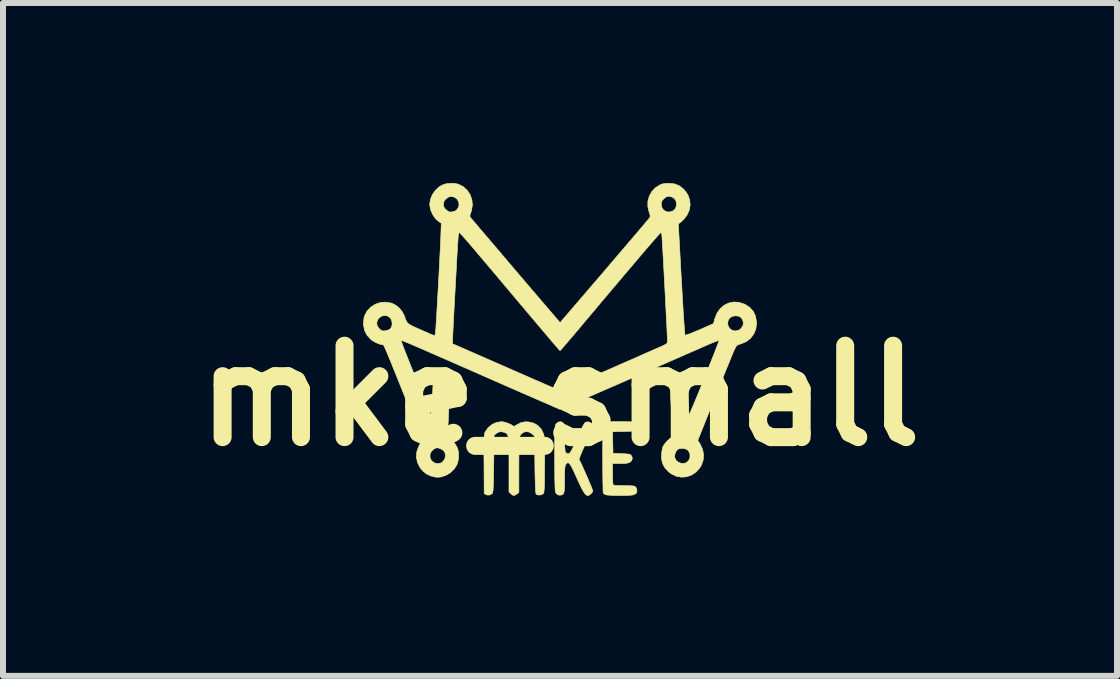
<source format=kicad_pcb>
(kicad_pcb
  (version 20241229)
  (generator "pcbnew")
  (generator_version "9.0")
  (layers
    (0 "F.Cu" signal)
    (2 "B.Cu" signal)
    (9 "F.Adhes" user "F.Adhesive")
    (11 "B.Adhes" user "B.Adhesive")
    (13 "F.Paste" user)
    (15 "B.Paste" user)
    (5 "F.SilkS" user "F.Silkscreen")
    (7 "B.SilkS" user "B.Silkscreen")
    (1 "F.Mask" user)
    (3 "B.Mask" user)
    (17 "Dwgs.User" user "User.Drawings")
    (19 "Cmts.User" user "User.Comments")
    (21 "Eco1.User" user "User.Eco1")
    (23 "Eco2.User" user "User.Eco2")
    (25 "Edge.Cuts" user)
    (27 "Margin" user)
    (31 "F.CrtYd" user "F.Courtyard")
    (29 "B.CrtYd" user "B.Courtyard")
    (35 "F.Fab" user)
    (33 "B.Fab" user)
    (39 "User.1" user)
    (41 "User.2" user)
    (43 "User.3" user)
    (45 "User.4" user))
  (footprint "mke_small"
    (layer "F.Cu")
    (at 6.285 3.547)
    (property "Reference" "mke_small" (at 0 0 0) (layer "F.SilkS") (effects (font (size 1.524 1.524) (thickness 0.3))))
    (attr through_hole)
    (fp_poly (pts (xy 1.084 0.432) (xy 1.147 0.433) (xy 1.192 0.435) (xy 1.223 0.438) (xy 1.242 0.442) (xy 1.255 0.449) (xy 1.262 0.455) (xy 1.28 0.493) (xy 1.279 0.536) (xy 1.265 0.566) (xy 1.255 0.576) (xy 1.241 0.583) (xy 1.217 0.587) (xy 1.18 0.591) (xy 1.125 0.593) (xy 1.061 0.595) (xy 0.876 0.599) (xy 0.879 0.779) (xy 0.883 0.959) (xy 1.028 0.965) (xy 1.091 0.968) (xy 1.133 0.971) (xy 1.16 0.976) (xy 1.176 0.983) (xy 1.186 0.995) (xy 1.193 1.005) (xy 1.205 1.036) (xy 1.199 1.065) (xy 1.197 1.072) (xy 1.18 1.097) (xy 1.154 1.114) (xy 1.115 1.124) (xy 1.058 1.129) (xy 0.996 1.13) (xy 0.876 1.13) (xy 0.876 1.307) (xy 0.877 1.378) (xy 0.878 1.429) (xy 0.881 1.461) (xy 0.886 1.48) (xy 0.893 1.489) (xy 0.896 1.491) (xy 0.916 1.494) (xy 0.956 1.496) (xy 1.01 1.498) (xy 1.072 1.499) (xy 1.079 1.499) (xy 1.147 1.499) (xy 1.195 1.501) (xy 1.226 1.504) (xy 1.246 1.51) (xy 1.259 1.519) (xy 1.262 1.522) (xy 1.279 1.556) (xy 1.281 1.596) (xy 1.273 1.622) (xy 1.255 1.637) (xy 1.228 1.65) (xy 1.201 1.655) (xy 1.155 1.659) (xy 1.095 1.661) (xy 1.026 1.663) (xy 0.956 1.662) (xy 0.888 1.661) (xy 0.829 1.658) (xy 0.785 1.654) (xy 0.762 1.65) (xy 0.735 1.635) (xy 0.721 1.622) (xy 0.719 1.606) (xy 0.717 1.568) (xy 0.716 1.51) (xy 0.714 1.434) (xy 0.713 1.343) (xy 0.712 1.24) (xy 0.712 1.128) (xy 0.711 1.04) (xy 0.711 0.905) (xy 0.712 0.793) (xy 0.712 0.702) (xy 0.713 0.63) (xy 0.714 0.574) (xy 0.716 0.531) (xy 0.718 0.501) (xy 0.721 0.48) (xy 0.725 0.467) (xy 0.73 0.458) (xy 0.734 0.453) (xy 0.746 0.445) (xy 0.764 0.44) (xy 0.791 0.436) (xy 0.832 0.434) (xy 0.89 0.432) (xy 0.969 0.432) (xy 0.999 0.432) (xy 1.084 0.432)) (stroke (width 0.01) (type solid)) (fill yes) (layer "F.SilkS"))
    (fp_poly (pts (xy -0.936 0.437) (xy -0.89 0.45) (xy -0.844 0.468) (xy -0.805 0.487) (xy -0.783 0.505) (xy -0.782 0.506) (xy -0.767 0.509) (xy -0.736 0.494) (xy -0.729 0.489) (xy -0.656 0.45) (xy -0.58 0.434) (xy -0.525 0.436) (xy -0.44 0.456) (xy -0.368 0.497) (xy -0.313 0.557) (xy -0.276 0.633) (xy -0.267 0.667) (xy -0.263 0.701) (xy -0.26 0.758) (xy -0.257 0.839) (xy -0.256 0.94) (xy -0.256 1.061) (xy -0.257 1.172) (xy -0.258 1.29) (xy -0.259 1.386) (xy -0.26 1.461) (xy -0.262 1.519) (xy -0.264 1.562) (xy -0.267 1.592) (xy -0.271 1.612) (xy -0.276 1.625) (xy -0.282 1.633) (xy -0.282 1.634) (xy -0.312 1.65) (xy -0.35 1.655) (xy -0.385 1.648) (xy -0.397 1.64) (xy -0.402 1.628) (xy -0.406 1.601) (xy -0.409 1.556) (xy -0.412 1.493) (xy -0.414 1.41) (xy -0.417 1.305) (xy -0.419 1.177) (xy -0.419 1.148) (xy -0.425 0.671) (xy -0.467 0.634) (xy -0.515 0.605) (xy -0.566 0.597) (xy -0.614 0.611) (xy -0.653 0.645) (xy -0.666 0.667) (xy -0.671 0.682) (xy -0.676 0.702) (xy -0.679 0.732) (xy -0.682 0.772) (xy -0.684 0.826) (xy -0.685 0.897) (xy -0.685 0.987) (xy -0.686 1.098) (xy -0.686 1.16) (xy -0.686 1.611) (xy -0.719 1.637) (xy -0.754 1.659) (xy -0.783 1.66) (xy -0.814 1.638) (xy -0.82 1.633) (xy -0.851 1.601) (xy -0.851 1.149) (xy -0.851 1.023) (xy -0.852 0.919) (xy -0.853 0.835) (xy -0.855 0.77) (xy -0.859 0.72) (xy -0.864 0.683) (xy -0.872 0.657) (xy -0.882 0.639) (xy -0.894 0.627) (xy -0.91 0.617) (xy -0.92 0.612) (xy -0.978 0.598) (xy -1.031 0.607) (xy -1.063 0.628) (xy -1.099 0.658) (xy -1.105 1.135) (xy -1.107 1.261) (xy -1.109 1.363) (xy -1.11 1.445) (xy -1.113 1.508) (xy -1.115 1.556) (xy -1.118 1.589) (xy -1.122 1.611) (xy -1.126 1.625) (xy -1.13 1.63) (xy -1.171 1.654) (xy -1.215 1.654) (xy -1.232 1.647) (xy -1.264 1.631) (xy -1.267 1.139) (xy -1.268 1.014) (xy -1.268 0.911) (xy -1.268 0.829) (xy -1.268 0.765) (xy -1.266 0.715) (xy -1.264 0.678) (xy -1.261 0.65) (xy -1.258 0.63) (xy -1.253 0.615) (xy -1.247 0.602) (xy -1.246 0.6) (xy -1.196 0.53) (xy -1.131 0.477) (xy -1.054 0.443) (xy -0.973 0.432) (xy -0.936 0.437)) (stroke (width 0.01) (type solid)) (fill yes) (layer "F.SilkS"))
    (fp_poly (pts (xy 0.046 0.447) (xy 0.055 0.455) (xy 0.063 0.467) (xy 0.069 0.486) (xy 0.072 0.515) (xy 0.075 0.558) (xy 0.076 0.62) (xy 0.076 0.697) (xy 0.077 0.776) (xy 0.079 0.844) (xy 0.082 0.897) (xy 0.087 0.931) (xy 0.089 0.941) (xy 0.112 0.96) (xy 0.134 0.965) (xy 0.146 0.964) (xy 0.158 0.958) (xy 0.17 0.945) (xy 0.185 0.922) (xy 0.204 0.887) (xy 0.228 0.837) (xy 0.258 0.77) (xy 0.297 0.683) (xy 0.311 0.653) (xy 0.34 0.588) (xy 0.368 0.53) (xy 0.392 0.485) (xy 0.409 0.456) (xy 0.416 0.448) (xy 0.451 0.434) (xy 0.49 0.439) (xy 0.523 0.458) (xy 0.543 0.489) (xy 0.546 0.507) (xy 0.541 0.525) (xy 0.527 0.563) (xy 0.505 0.616) (xy 0.477 0.681) (xy 0.444 0.755) (xy 0.427 0.792) (xy 0.394 0.867) (xy 0.364 0.935) (xy 0.341 0.992) (xy 0.325 1.034) (xy 0.318 1.059) (xy 0.318 1.063) (xy 0.328 1.08) (xy 0.345 1.115) (xy 0.369 1.166) (xy 0.396 1.227) (xy 0.426 1.294) (xy 0.456 1.363) (xy 0.484 1.429) (xy 0.51 1.489) (xy 0.529 1.538) (xy 0.542 1.572) (xy 0.546 1.587) (xy 0.536 1.611) (xy 0.512 1.637) (xy 0.483 1.658) (xy 0.463 1.664) (xy 0.442 1.657) (xy 0.419 1.637) (xy 0.393 1.6) (xy 0.362 1.545) (xy 0.325 1.47) (xy 0.286 1.384) (xy 0.244 1.292) (xy 0.211 1.221) (xy 0.184 1.17) (xy 0.162 1.137) (xy 0.144 1.119) (xy 0.128 1.116) (xy 0.112 1.126) (xy 0.096 1.145) (xy 0.096 1.146) (xy 0.088 1.161) (xy 0.083 1.185) (xy 0.079 1.221) (xy 0.077 1.273) (xy 0.076 1.344) (xy 0.076 1.391) (xy 0.076 1.477) (xy 0.074 1.541) (xy 0.07 1.587) (xy 0.063 1.618) (xy 0.053 1.637) (xy 0.038 1.649) (xy 0.019 1.655) (xy -0.013 1.656) (xy -0.034 1.651) (xy -0.062 1.631) (xy -0.075 1.614) (xy -0.079 1.594) (xy -0.082 1.548) (xy -0.085 1.477) (xy -0.087 1.382) (xy -0.088 1.261) (xy -0.089 1.116) (xy -0.089 1.044) (xy -0.089 0.912) (xy -0.089 0.803) (xy -0.088 0.715) (xy -0.088 0.645) (xy -0.086 0.59) (xy -0.084 0.55) (xy -0.082 0.52) (xy -0.079 0.5) (xy -0.075 0.485) (xy -0.069 0.475) (xy -0.063 0.466) (xy -0.063 0.465) (xy -0.029 0.439) (xy 0.01 0.432) (xy 0.046 0.447)) (stroke (width 0.01) (type solid)) (fill yes) (layer "F.SilkS"))
    (fp_poly (pts (xy -1.749 -3.539) (xy -1.693 -3.526) (xy -1.612 -3.484) (xy -1.546 -3.424) (xy -1.498 -3.351) (xy -1.469 -3.267) (xy -1.461 -3.178) (xy -1.476 -3.087) (xy -1.486 -3.058) (xy -1.499 -3.018) (xy -1.503 -2.993) (xy -1.497 -2.977) (xy -1.494 -2.972) (xy -1.419 -2.885) (xy -1.332 -2.781) (xy -1.233 -2.666) (xy -1.127 -2.541) (xy -1.016 -2.411) (xy -0.903 -2.278) (xy -0.79 -2.145) (xy -0.681 -2.016) (xy -0.577 -1.895) (xy -0.482 -1.783) (xy -0.397 -1.684) (xy -0.333 -1.609) (xy 0.001 -1.219) (xy 0.739 -2.079) (xy 0.848 -2.207) (xy 0.953 -2.33) (xy 1.052 -2.446) (xy 1.144 -2.554) (xy 1.228 -2.652) (xy 1.303 -2.74) (xy 1.367 -2.815) (xy 1.419 -2.877) (xy 1.458 -2.924) (xy 1.484 -2.954) (xy 1.493 -2.966) (xy 1.502 -2.985) (xy 1.502 -3.006) (xy 1.493 -3.039) (xy 1.486 -3.058) (xy 1.464 -3.149) (xy 1.464 -3.196) (xy 1.687 -3.196) (xy 1.697 -3.139) (xy 1.726 -3.096) (xy 1.768 -3.069) (xy 1.819 -3.062) (xy 1.874 -3.077) (xy 1.878 -3.079) (xy 1.916 -3.111) (xy 1.937 -3.154) (xy 1.942 -3.203) (xy 1.931 -3.25) (xy 1.904 -3.29) (xy 1.865 -3.313) (xy 1.819 -3.325) (xy 1.784 -3.322) (xy 1.748 -3.3) (xy 1.732 -3.286) (xy 1.702 -3.254) (xy 1.689 -3.224) (xy 1.687 -3.196) (xy 1.464 -3.196) (xy 1.464 -3.239) (xy 1.487 -3.325) (xy 1.529 -3.402) (xy 1.589 -3.466) (xy 1.665 -3.515) (xy 1.693 -3.526) (xy 1.728 -3.535) (xy 1.776 -3.54) (xy 1.816 -3.542) (xy 1.908 -3.532) (xy 1.989 -3.5) (xy 2.061 -3.443) (xy 2.08 -3.422) (xy 2.133 -3.345) (xy 2.162 -3.262) (xy 2.169 -3.176) (xy 2.153 -3.091) (xy 2.115 -3.009) (xy 2.056 -2.934) (xy 2.005 -2.889) (xy 1.972 -2.864) (xy 2.022 -1.943) (xy 2.031 -1.792) (xy 2.039 -1.649) (xy 2.047 -1.515) (xy 2.054 -1.393) (xy 2.061 -1.284) (xy 2.068 -1.19) (xy 2.073 -1.114) (xy 2.078 -1.057) (xy 2.081 -1.022) (xy 2.083 -1.011) (xy 2.098 -1.012) (xy 2.133 -1.023) (xy 2.186 -1.042) (xy 2.253 -1.07) (xy 2.327 -1.101) (xy 2.559 -1.203) (xy 2.561 -1.211) (xy 2.794 -1.211) (xy 2.802 -1.165) (xy 2.828 -1.122) (xy 2.864 -1.094) (xy 2.914 -1.08) (xy 2.967 -1.088) (xy 3.008 -1.112) (xy 3.044 -1.156) (xy 3.057 -1.208) (xy 3.046 -1.26) (xy 3.043 -1.268) (xy 3.015 -1.306) (xy 2.979 -1.327) (xy 2.926 -1.333) (xy 2.921 -1.333) (xy 2.868 -1.323) (xy 2.828 -1.296) (xy 2.803 -1.257) (xy 2.794 -1.211) (xy 2.561 -1.211) (xy 2.579 -1.281) (xy 2.615 -1.373) (xy 2.667 -1.449) (xy 2.733 -1.507) (xy 2.809 -1.545) (xy 2.893 -1.563) (xy 2.981 -1.558) (xy 3.071 -1.529) (xy 3.086 -1.522) (xy 3.164 -1.471) (xy 3.222 -1.405) (xy 3.259 -1.326) (xy 3.275 -1.231) (xy 3.276 -1.206) (xy 3.264 -1.115) (xy 3.231 -1.032) (xy 3.178 -0.961) (xy 3.108 -0.905) (xy 3.023 -0.868) (xy 3.018 -0.867) (xy 2.977 -0.854) (xy 2.951 -0.841) (xy 2.933 -0.82) (xy 2.914 -0.784) (xy 2.908 -0.771) (xy 2.897 -0.746) (xy 2.877 -0.7) (xy 2.85 -0.634) (xy 2.817 -0.552) (xy 2.777 -0.456) (xy 2.733 -0.347) (xy 2.686 -0.229) (xy 2.635 -0.104) (xy 2.584 0.024) (xy 2.296 0.744) (xy 2.335 0.805) (xy 2.376 0.892) (xy 2.393 0.982) (xy 2.386 1.072) (xy 2.356 1.158) (xy 2.331 1.2) (xy 2.268 1.271) (xy 2.193 1.321) (xy 2.112 1.35) (xy 2.027 1.357) (xy 1.941 1.342) (xy 1.859 1.304) (xy 1.806 1.264) (xy 1.747 1.199) (xy 1.709 1.129) (xy 1.692 1.049) (xy 1.692 1.002) (xy 1.91 1.002) (xy 1.912 1.03) (xy 1.933 1.075) (xy 1.972 1.108) (xy 2.02 1.126) (xy 2.071 1.127) (xy 2.114 1.111) (xy 2.148 1.074) (xy 2.166 1.027) (xy 2.166 0.976) (xy 2.149 0.93) (xy 2.125 0.902) (xy 2.084 0.883) (xy 2.032 0.876) (xy 1.983 0.883) (xy 1.967 0.89) (xy 1.94 0.916) (xy 1.92 0.957) (xy 1.91 1.002) (xy 1.692 1.002) (xy 1.692 0.978) (xy 1.698 0.924) (xy 1.707 0.875) (xy 1.718 0.843) (xy 1.748 0.798) (xy 1.79 0.751) (xy 1.835 0.71) (xy 1.852 0.698) (xy 1.881 0.679) (xy 1.855 0.211) (xy 1.849 0.104) (xy 1.844 0.006) (xy 1.84 -0.081) (xy 1.836 -0.154) (xy 1.834 -0.211) (xy 1.832 -0.247) (xy 1.833 -0.262) (xy 1.833 -0.262) (xy 1.846 -0.269) (xy 1.876 -0.283) (xy 1.918 -0.302) (xy 1.966 -0.322) (xy 2.014 -0.342) (xy 2.057 -0.36) (xy 2.088 -0.372) (xy 2.103 -0.377) (xy 2.103 -0.377) (xy 2.105 -0.364) (xy 2.108 -0.329) (xy 2.111 -0.276) (xy 2.116 -0.206) (xy 2.121 -0.125) (xy 2.126 -0.035) (xy 2.126 -0.033) (xy 2.131 0.057) (xy 2.136 0.139) (xy 2.141 0.209) (xy 2.145 0.263) (xy 2.148 0.299) (xy 2.15 0.313) (xy 2.15 0.313) (xy 2.157 0.304) (xy 2.173 0.271) (xy 2.197 0.216) (xy 2.229 0.14) (xy 2.269 0.044) (xy 2.317 -0.073) (xy 2.372 -0.208) (xy 2.434 -0.362) (xy 2.501 -0.532) (xy 2.538 -0.625) (xy 2.572 -0.71) (xy 2.6 -0.785) (xy 2.624 -0.846) (xy 2.64 -0.891) (xy 2.649 -0.918) (xy 2.65 -0.923) (xy 2.637 -0.92) (xy 2.604 -0.909) (xy 2.557 -0.89) (xy 2.499 -0.866) (xy 2.455 -0.847) (xy 2.382 -0.815) (xy 2.296 -0.777) (xy 2.201 -0.736) (xy 2.1 -0.692) (xy 1.996 -0.646) (xy 1.892 -0.6) (xy 1.789 -0.555) (xy 1.692 -0.513) (xy 1.603 -0.474) (xy 1.525 -0.439) (xy 1.46 -0.411) (xy 1.412 -0.39) (xy 1.383 -0.377) (xy 1.378 -0.374) (xy 1.358 -0.366) (xy 1.318 -0.348) (xy 1.26 -0.322) (xy 1.186 -0.29) (xy 1.101 -0.253) (xy 1.005 -0.211) (xy 0.903 -0.166) (xy 0.87 -0.152) (xy 0.766 -0.107) (xy 0.668 -0.064) (xy 0.579 -0.025) (xy 0.502 0.009) (xy 0.439 0.037) (xy 0.392 0.057) (xy 0.366 0.069) (xy 0.362 0.071) (xy 0.336 0.082) (xy 0.293 0.101) (xy 0.237 0.125) (xy 0.176 0.152) (xy 0.162 0.157) (xy 0.001 0.227) (xy -0.523 -0.001) (xy -0.633 -0.049) (xy -0.737 -0.094) (xy -0.832 -0.136) (xy -0.915 -0.172) (xy -0.985 -0.203) (xy -1.039 -0.227) (xy -1.074 -0.242) (xy -1.086 -0.247) (xy -1.109 -0.258) (xy -1.154 -0.278) (xy -1.219 -0.306) (xy -1.301 -0.342) (xy -1.398 -0.385) (xy -1.509 -0.434) (xy -1.632 -0.487) (xy -1.765 -0.546) (xy -1.905 -0.607) (xy -2.052 -0.671) (xy -2.121 -0.701) (xy -2.247 -0.757) (xy -2.352 -0.802) (xy -2.438 -0.839) (xy -2.502 -0.867) (xy -1.791 -0.867) (xy -1.28 -0.643) (xy -1.154 -0.588) (xy -1.019 -0.529) (xy -0.88 -0.468) (xy -0.744 -0.408) (xy -0.614 -0.352) (xy -0.497 -0.3) (xy -0.398 -0.256) (xy -0.394 -0.255) (xy -0.302 -0.215) (xy -0.218 -0.178) (xy -0.144 -0.146) (xy -0.082 -0.12) (xy -0.037 -0.101) (xy -0.01 -0.091) (xy -0.004 -0.089) (xy 0.012 -0.094) (xy 0.047 -0.107) (xy 0.099 -0.128) (xy 0.161 -0.154) (xy 0.232 -0.184) (xy 0.244 -0.189) (xy 0.297 -0.212) (xy 0.37 -0.244) (xy 0.458 -0.282) (xy 0.559 -0.326) (xy 0.668 -0.374) (xy 0.783 -0.424) (xy 0.9 -0.476) (xy 1.016 -0.527) (xy 1.128 -0.576) (xy 1.232 -0.621) (xy 1.325 -0.662) (xy 1.403 -0.697) (xy 1.464 -0.724) (xy 1.492 -0.736) (xy 1.526 -0.751) (xy 1.575 -0.773) (xy 1.632 -0.798) (xy 1.667 -0.813) (xy 1.722 -0.838) (xy 1.758 -0.856) (xy 1.779 -0.871) (xy 1.788 -0.884) (xy 1.79 -0.9) (xy 1.79 -0.9) (xy 1.79 -0.93) (xy 1.788 -0.98) (xy 1.785 -1.05) (xy 1.781 -1.135) (xy 1.776 -1.235) (xy 1.77 -1.346) (xy 1.764 -1.466) (xy 1.758 -1.593) (xy 1.751 -1.723) (xy 1.744 -1.855) (xy 1.737 -1.986) (xy 1.73 -2.113) (xy 1.724 -2.234) (xy 1.717 -2.347) (xy 1.712 -2.448) (xy 1.706 -2.536) (xy 1.702 -2.608) (xy 1.699 -2.661) (xy 1.696 -2.693) (xy 1.695 -2.702) (xy 1.683 -2.717) (xy 1.678 -2.718) (xy 1.667 -2.708) (xy 1.641 -2.68) (xy 1.599 -2.633) (xy 1.542 -2.567) (xy 1.468 -2.482) (xy 1.379 -2.378) (xy 1.274 -2.254) (xy 1.153 -2.112) (xy 1.016 -1.95) (xy 0.863 -1.769) (xy 0.694 -1.569) (xy 0.509 -1.349) (xy 0.387 -1.204) (xy 0.31 -1.112) (xy 0.238 -1.026) (xy 0.172 -0.949) (xy 0.114 -0.882) (xy 0.067 -0.826) (xy 0.031 -0.785) (xy 0.008 -0.759) (xy 0 -0.751) (xy -0.009 -0.76) (xy -0.033 -0.788) (xy -0.071 -0.832) (xy -0.122 -0.891) (xy -0.184 -0.964) (xy -0.256 -1.049) (xy -0.338 -1.146) (xy -0.427 -1.251) (xy -0.523 -1.365) (xy -0.624 -1.485) (xy -0.686 -1.558) (xy -0.834 -1.734) (xy -0.967 -1.892) (xy -1.085 -2.033) (xy -1.19 -2.157) (xy -1.282 -2.265) (xy -1.361 -2.359) (xy -1.429 -2.44) (xy -1.487 -2.508) (xy -1.536 -2.564) (xy -1.576 -2.61) (xy -1.608 -2.647) (xy -1.633 -2.674) (xy -1.652 -2.694) (xy -1.666 -2.708) (xy -1.676 -2.716) (xy -1.682 -2.719) (xy -1.685 -2.719) (xy -1.687 -2.716) (xy -1.688 -2.711) (xy -1.689 -2.706) (xy -1.689 -2.705) (xy -1.691 -2.697) (xy -1.693 -2.688) (xy -1.695 -2.675) (xy -1.697 -2.657) (xy -1.699 -2.632) (xy -1.701 -2.599) (xy -1.704 -2.555) (xy -1.708 -2.499) (xy -1.712 -2.429) (xy -1.717 -2.343) (xy -1.723 -2.24) (xy -1.729 -2.119) (xy -1.737 -1.976) (xy -1.746 -1.811) (xy -1.753 -1.689) (xy -1.76 -1.557) (xy -1.767 -1.43) (xy -1.773 -1.312) (xy -1.778 -1.206) (xy -1.783 -1.112) (xy -1.787 -1.036) (xy -1.789 -0.978) (xy -1.791 -0.941) (xy -1.791 -0.932) (xy -1.791 -0.867) (xy -2.502 -0.867) (xy -2.506 -0.868) (xy -2.558 -0.89) (xy -2.597 -0.906) (xy -2.623 -0.916) (xy -2.64 -0.922) (xy -2.649 -0.923) (xy -2.651 -0.922) (xy -2.647 -0.91) (xy -2.635 -0.877) (xy -2.616 -0.825) (xy -2.59 -0.758) (xy -2.559 -0.679) (xy -2.523 -0.589) (xy -2.485 -0.491) (xy -2.444 -0.389) (xy -2.403 -0.285) (xy -2.361 -0.181) (xy -2.321 -0.081) (xy -2.283 0.014) (xy -2.248 0.1) (xy -2.217 0.175) (xy -2.192 0.235) (xy -2.173 0.28) (xy -2.162 0.305) (xy -2.159 0.309) (xy -2.155 0.309) (xy -2.151 0.297) (xy -2.147 0.272) (xy -2.143 0.231) (xy -2.138 0.174) (xy -2.133 0.097) (xy -2.127 -0.002) (xy -2.12 -0.123) (xy -2.12 -0.127) (xy -2.115 -0.203) (xy -2.111 -0.271) (xy -2.108 -0.325) (xy -2.105 -0.361) (xy -2.103 -0.377) (xy -2.103 -0.378) (xy -2.091 -0.374) (xy -2.06 -0.362) (xy -2.015 -0.344) (xy -1.963 -0.322) (xy -1.826 -0.262) (xy -1.834 -0.166) (xy -1.836 -0.124) (xy -1.84 -0.063) (xy -1.844 0.014) (xy -1.848 0.099) (xy -1.853 0.189) (xy -1.854 0.216) (xy -1.858 0.305) (xy -1.862 0.391) (xy -1.866 0.469) (xy -1.87 0.534) (xy -1.872 0.581) (xy -1.873 0.591) (xy -1.879 0.68) (xy -1.834 0.71) (xy -1.786 0.754) (xy -1.742 0.812) (xy -1.709 0.874) (xy -1.704 0.888) (xy -1.69 0.957) (xy -1.691 1.036) (xy -1.705 1.112) (xy -1.719 1.15) (xy -1.766 1.222) (xy -1.83 1.283) (xy -1.906 1.328) (xy -1.989 1.354) (xy -2.044 1.358) (xy -2.083 1.354) (xy -2.131 1.343) (xy -2.154 1.336) (xy -2.227 1.302) (xy -2.286 1.254) (xy -2.335 1.194) (xy -2.376 1.113) (xy -2.394 1.025) (xy -2.394 1.022) (xy -2.168 1.022) (xy -2.151 1.067) (xy -2.119 1.103) (xy -2.077 1.125) (xy -2.03 1.132) (xy -1.984 1.12) (xy -1.951 1.097) (xy -1.92 1.05) (xy -1.909 0.998) (xy -1.919 0.946) (xy -1.92 0.944) (xy -1.946 0.911) (xy -1.987 0.884) (xy -2.031 0.869) (xy -2.065 0.869) (xy -2.107 0.89) (xy -2.144 0.927) (xy -2.166 0.969) (xy -2.166 0.97) (xy -2.168 1.022) (xy -2.394 1.022) (xy -2.388 0.936) (xy -2.358 0.848) (xy -2.335 0.805) (xy -2.296 0.744) (xy -2.54 0.134) (xy -2.61 -0.042) (xy -2.672 -0.196) (xy -2.726 -0.33) (xy -2.772 -0.444) (xy -2.811 -0.54) (xy -2.844 -0.62) (xy -2.871 -0.686) (xy -2.892 -0.737) (xy -2.91 -0.778) (xy -2.923 -0.807) (xy -2.934 -0.828) (xy -2.941 -0.841) (xy -2.947 -0.848) (xy -2.951 -0.851) (xy -2.952 -0.851) (xy -2.999 -0.859) (xy -3.055 -0.88) (xy -3.112 -0.91) (xy -3.156 -0.942) (xy -3.219 -1.012) (xy -3.258 -1.09) (xy -3.275 -1.179) (xy -3.276 -1.206) (xy -3.275 -1.211) (xy -3.056 -1.211) (xy -3.047 -1.166) (xy -3.014 -1.12) (xy -3.009 -1.114) (xy -2.982 -1.091) (xy -2.956 -1.081) (xy -2.921 -1.082) (xy -2.913 -1.083) (xy -2.863 -1.095) (xy -2.828 -1.117) (xy -2.805 -1.155) (xy -2.798 -1.204) (xy -2.806 -1.254) (xy -2.828 -1.297) (xy -2.834 -1.303) (xy -2.878 -1.331) (xy -2.928 -1.338) (xy -2.977 -1.326) (xy -3.019 -1.295) (xy -3.042 -1.261) (xy -3.056 -1.211) (xy -3.275 -1.211) (xy -3.273 -1.257) (xy -3.266 -1.303) (xy -3.26 -1.329) (xy -3.217 -1.411) (xy -3.157 -1.476) (xy -3.083 -1.524) (xy -3 -1.553) (xy -2.91 -1.561) (xy -2.818 -1.546) (xy -2.8 -1.541) (xy -2.736 -1.508) (xy -2.675 -1.457) (xy -2.626 -1.395) (xy -2.598 -1.339) (xy -2.583 -1.298) (xy -2.571 -1.265) (xy -2.559 -1.239) (xy -2.543 -1.217) (xy -2.522 -1.197) (xy -2.491 -1.178) (xy -2.448 -1.156) (xy -2.391 -1.13) (xy -2.316 -1.097) (xy -2.236 -1.062) (xy -2.182 -1.038) (xy -2.137 -1.02) (xy -2.106 -1.007) (xy -2.093 -1.003) (xy -2.085 -1.014) (xy -2.077 -1.041) (xy -2.077 -1.045) (xy -2.075 -1.065) (xy -2.071 -1.108) (xy -2.067 -1.172) (xy -2.062 -1.252) (xy -2.056 -1.348) (xy -2.05 -1.455) (xy -2.043 -1.572) (xy -2.036 -1.696) (xy -2.029 -1.823) (xy -2.022 -1.952) (xy -2.015 -2.08) (xy -2.009 -2.204) (xy -2.003 -2.321) (xy -1.997 -2.429) (xy -1.993 -2.526) (xy -1.989 -2.607) (xy -1.987 -2.667) (xy -1.979 -2.877) (xy -2.023 -2.906) (xy -2.077 -2.954) (xy -2.122 -3.02) (xy -2.155 -3.095) (xy -2.171 -3.171) (xy -2.172 -3.19) (xy -1.943 -3.19) (xy -1.94 -3.155) (xy -1.925 -3.127) (xy -1.897 -3.099) (xy -1.864 -3.073) (xy -1.837 -3.063) (xy -1.804 -3.064) (xy -1.8 -3.065) (xy -1.761 -3.074) (xy -1.73 -3.09) (xy -1.727 -3.093) (xy -1.695 -3.136) (xy -1.683 -3.186) (xy -1.691 -3.236) (xy -1.717 -3.28) (xy -1.76 -3.31) (xy -1.76 -3.31) (xy -1.813 -3.323) (xy -1.859 -3.313) (xy -1.905 -3.279) (xy -1.907 -3.277) (xy -1.934 -3.241) (xy -1.943 -3.201) (xy -1.943 -3.19) (xy -2.172 -3.19) (xy -2.172 -3.194) (xy -2.16 -3.275) (xy -2.127 -3.354) (xy -2.076 -3.426) (xy -2.012 -3.484) (xy -1.963 -3.513) (xy -1.898 -3.534) (xy -1.823 -3.542) (xy -1.749 -3.539)) (stroke (width 0.01) (type solid)) (fill yes) (layer "F.SilkS")))
  (gr_rect
    (start -3 -3)
    (end 15.569 8.216)
    (stroke (width 0.1) (type default))
    (fill no)
    (layer "Edge.Cuts")))
</source>
